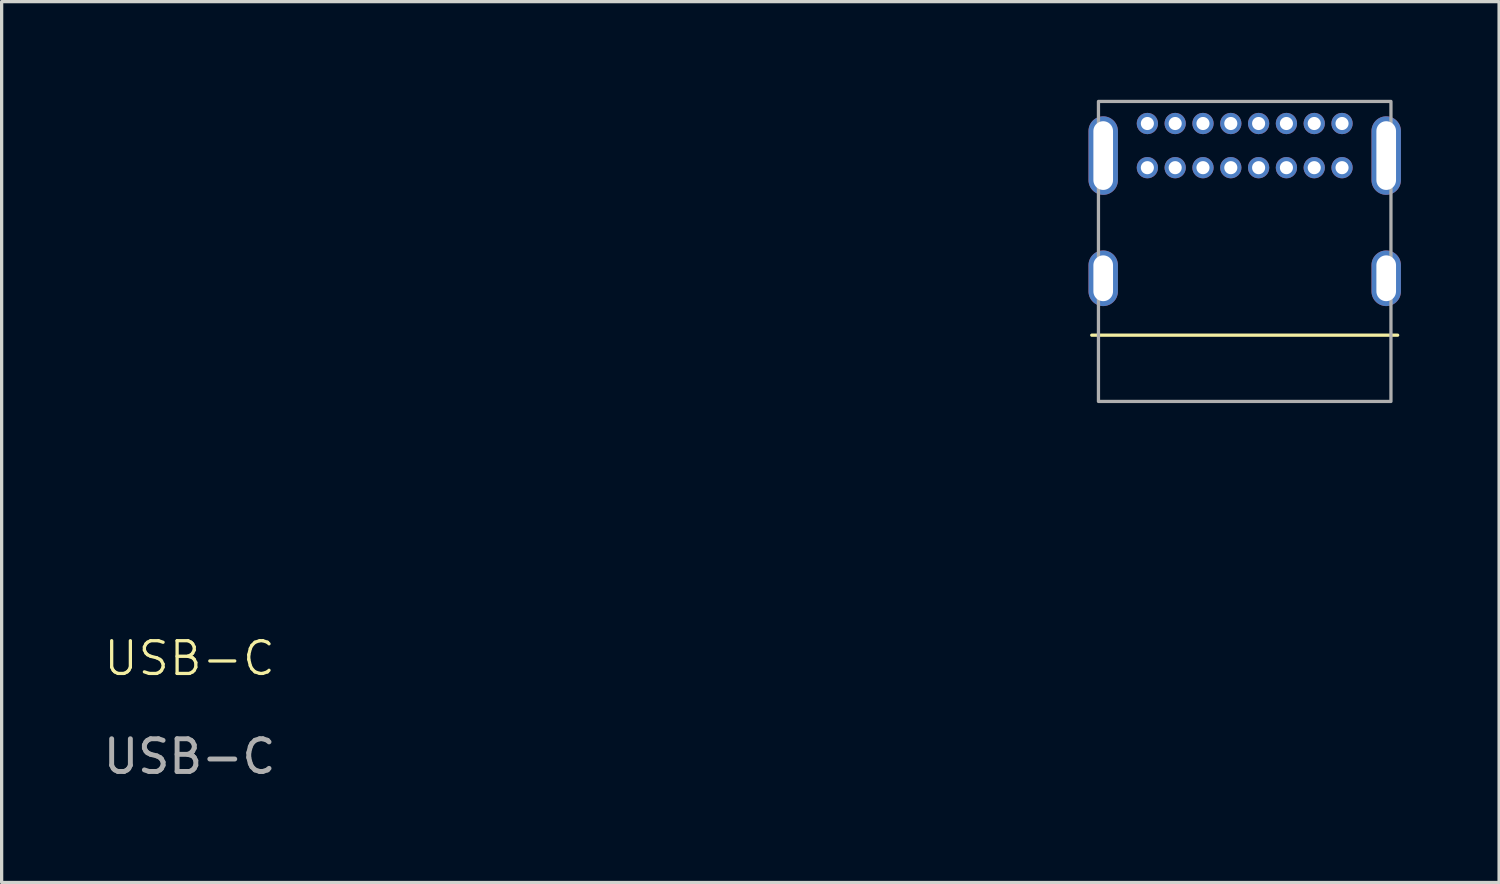
<source format=kicad_pcb>
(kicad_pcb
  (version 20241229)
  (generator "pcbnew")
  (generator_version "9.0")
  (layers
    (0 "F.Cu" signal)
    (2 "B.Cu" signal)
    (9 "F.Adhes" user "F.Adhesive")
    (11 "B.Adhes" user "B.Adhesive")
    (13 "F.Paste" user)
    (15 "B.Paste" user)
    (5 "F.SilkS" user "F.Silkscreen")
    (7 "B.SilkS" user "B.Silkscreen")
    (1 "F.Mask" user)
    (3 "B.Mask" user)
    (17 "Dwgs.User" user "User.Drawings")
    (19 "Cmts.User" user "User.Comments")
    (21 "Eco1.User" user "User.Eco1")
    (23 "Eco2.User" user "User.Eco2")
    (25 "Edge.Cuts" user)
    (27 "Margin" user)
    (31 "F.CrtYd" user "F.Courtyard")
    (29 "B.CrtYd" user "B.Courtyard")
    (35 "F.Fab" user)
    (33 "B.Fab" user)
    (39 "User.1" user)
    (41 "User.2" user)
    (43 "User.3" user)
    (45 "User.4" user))
  (footprint "USB-C"
    (layer "F.Cu")
    (at 34.994 2.075)
    (property "Reference" "USB-C" (at -32.25 15 0) (unlocked yes) (layer "F.SilkS") (effects (font (size 1 1) (thickness 0.1))))
    (attr through_hole)
    (fp_line (start 4.675 5.12) (end -4.675 5.12) (stroke (width 0.1) (type default)) (layer "F.SilkS"))
    (fp_rect (start -4.47 -2.025) (end 4.47 7.145) (stroke (width 0.1) (type default)) (fill no) (layer "F.Fab"))
    (fp_text user "${REFERENCE}" (at -32.25 18 0) (unlocked yes) (layer "F.Fab") (effects (font (size 1 1) (thickness 0.15))))
    (pad "A1" thru_hole circle (at -2.975 -1.35) (size 0.65 0.65) (drill 0.4) (layers "*.Cu" "*.Mask"))
    (pad "A4" thru_hole circle (at -2.125 -1.35) (size 0.65 0.65) (drill 0.4) (layers "*.Cu" "*.Mask"))
    (pad "A5" thru_hole circle (at -1.275 -1.35) (size 0.65 0.65) (drill 0.4) (layers "*.Cu" "*.Mask"))
    (pad "A6" thru_hole circle (at -0.425 -1.35) (size 0.65 0.65) (drill 0.4) (layers "*.Cu" "*.Mask"))
    (pad "A7" thru_hole circle (at 0.425 -1.35) (size 0.65 0.65) (drill 0.4) (layers "*.Cu" "*.Mask"))
    (pad "A8" thru_hole circle (at 1.275 -1.35) (size 0.65 0.65) (drill 0.4) (layers "*.Cu" "*.Mask"))
    (pad "A9" thru_hole circle (at 2.125 -1.35) (size 0.65 0.65) (drill 0.4) (layers "*.Cu" "*.Mask"))
    (pad "A12" thru_hole circle (at 2.975 -1.35) (size 0.65 0.65) (drill 0.4) (layers "*.Cu" "*.Mask"))
    (pad "B1" thru_hole circle (at 2.975 0) (size 0.65 0.65) (drill 0.4) (layers "*.Cu" "*.Mask"))
    (pad "B4" thru_hole circle (at 2.125 0) (size 0.65 0.65) (drill 0.4) (layers "*.Cu" "*.Mask"))
    (pad "B5" thru_hole circle (at 1.275 0) (size 0.65 0.65) (drill 0.4) (layers "*.Cu" "*.Mask"))
    (pad "B6" thru_hole circle (at 0.425 0) (size 0.65 0.65) (drill 0.4) (layers "*.Cu" "*.Mask"))
    (pad "B7" thru_hole circle (at -0.425 0) (size 0.65 0.65) (drill 0.4) (layers "*.Cu" "*.Mask"))
    (pad "B8" thru_hole circle (at -1.275 0) (size 0.65 0.65) (drill 0.4) (layers "*.Cu" "*.Mask"))
    (pad "B9" thru_hole circle (at -2.125 0) (size 0.65 0.65) (drill 0.4) (layers "*.Cu" "*.Mask"))
    (pad "B12" thru_hole circle (at -2.975 0) (size 0.65 0.65) (drill 0.4) (layers "*.Cu" "*.Mask"))
    (pad "S1" thru_hole oval (at -4.325 -0.37) (size 0.9 2.4) (drill oval 0.6 2.1) (layers "*.Cu" "*.Mask"))
    (pad "S1" thru_hole oval (at -4.325 3.38) (size 0.9 1.7) (drill oval 0.6 1.4) (layers "*.Cu" "*.Mask"))
    (pad "S1" thru_hole oval (at 4.325 -0.37) (size 0.9 2.4) (drill oval 0.6 2.1) (layers "*.Cu" "*.Mask"))
    (pad "S1" thru_hole oval (at 4.325 3.38) (size 0.9 1.7) (drill oval 0.6 1.4) (layers "*.Cu" "*.Mask")))
  (gr_rect
    (start -3 -3)
    (end 42.769 23.923)
    (stroke (width 0.1) (type default))
    (fill no)
    (layer "Edge.Cuts")))
</source>
